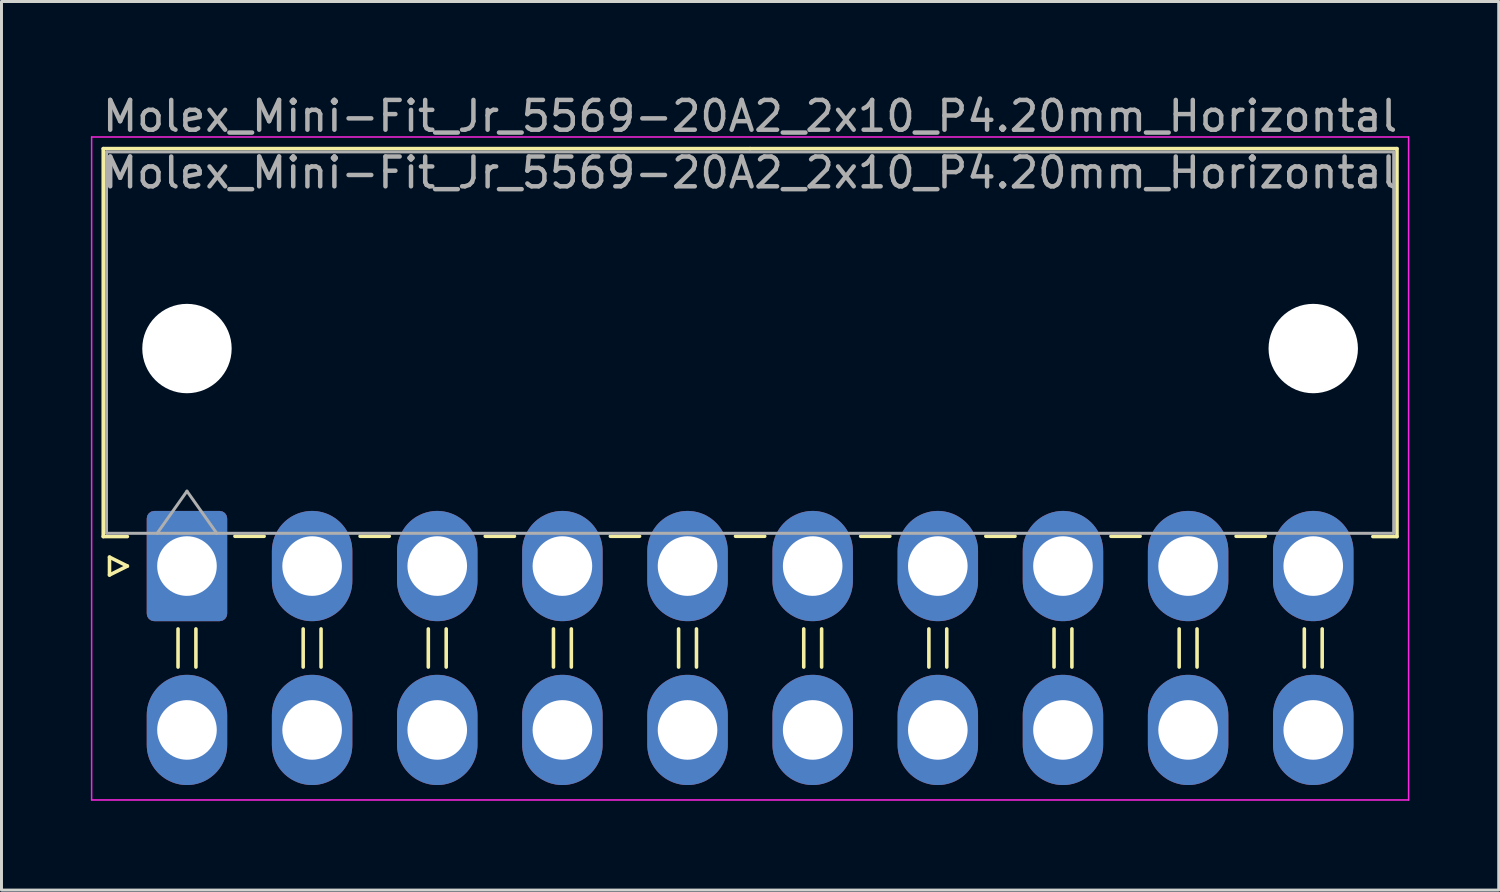
<source format=kicad_pcb>
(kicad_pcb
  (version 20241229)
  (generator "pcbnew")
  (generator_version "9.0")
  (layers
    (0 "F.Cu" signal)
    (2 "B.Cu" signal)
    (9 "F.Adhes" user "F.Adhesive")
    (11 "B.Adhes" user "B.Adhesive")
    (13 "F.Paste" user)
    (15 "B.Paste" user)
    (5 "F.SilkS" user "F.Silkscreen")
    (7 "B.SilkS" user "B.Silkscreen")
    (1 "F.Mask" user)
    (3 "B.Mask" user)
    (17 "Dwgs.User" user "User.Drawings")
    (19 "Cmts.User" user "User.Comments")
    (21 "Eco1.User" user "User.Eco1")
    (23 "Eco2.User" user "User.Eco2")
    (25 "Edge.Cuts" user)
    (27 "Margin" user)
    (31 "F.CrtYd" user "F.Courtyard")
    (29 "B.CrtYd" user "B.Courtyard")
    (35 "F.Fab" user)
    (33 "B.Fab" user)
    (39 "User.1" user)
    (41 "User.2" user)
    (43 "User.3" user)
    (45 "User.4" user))
  (footprint "Molex_Mini-Fit_Jr_5569-20A2_2x10_P4.20mm_Horizontal"
    (layer "F.Cu")
    (at 3.225 15.948)
    (property "Reference" "Molex_Mini-Fit_Jr_5569-20A2_2x10_P4.20mm_Horizontal" (at 18.9 -15.1 180) (layer "F.Fab") (effects (font (size 1 1) (thickness 0.15))))
    (attr through_hole)
    (fp_line (start -2.81 -14.01) (end 18.9 -14.01) (stroke (width 0.12) (type solid)) (layer "F.SilkS"))
    (fp_line (start -2.81 -0.99) (end -2.81 -14.01) (stroke (width 0.12) (type solid)) (layer "F.SilkS"))
    (fp_line (start -2.6 -0.3) (end -2 0) (stroke (width 0.12) (type solid)) (layer "F.SilkS"))
    (fp_line (start -2.6 0.3) (end -2.6 -0.3) (stroke (width 0.12) (type solid)) (layer "F.SilkS"))
    (fp_line (start -2 -0.99) (end -2.81 -0.99) (stroke (width 0.12) (type solid)) (layer "F.SilkS"))
    (fp_line (start -2 0) (end -2.6 0.3) (stroke (width 0.12) (type solid)) (layer "F.SilkS"))
    (fp_line (start -0.3 2.11) (end -0.3 3.39) (stroke (width 0.12) (type solid)) (layer "F.SilkS"))
    (fp_line (start 0.3 2.11) (end 0.3 3.39) (stroke (width 0.12) (type solid)) (layer "F.SilkS"))
    (fp_line (start 1.61 -1) (end 2.59 -1) (stroke (width 0.12) (type solid)) (layer "F.SilkS"))
    (fp_line (start 3.9 2.11) (end 3.9 3.39) (stroke (width 0.12) (type solid)) (layer "F.SilkS"))
    (fp_line (start 4.5 2.11) (end 4.5 3.39) (stroke (width 0.12) (type solid)) (layer "F.SilkS"))
    (fp_line (start 5.81 -1) (end 6.79 -1) (stroke (width 0.12) (type solid)) (layer "F.SilkS"))
    (fp_line (start 8.1 2.11) (end 8.1 3.39) (stroke (width 0.12) (type solid)) (layer "F.SilkS"))
    (fp_line (start 8.7 2.11) (end 8.7 3.39) (stroke (width 0.12) (type solid)) (layer "F.SilkS"))
    (fp_line (start 10.01 -1) (end 10.99 -1) (stroke (width 0.12) (type solid)) (layer "F.SilkS"))
    (fp_line (start 12.3 2.11) (end 12.3 3.39) (stroke (width 0.12) (type solid)) (layer "F.SilkS"))
    (fp_line (start 12.9 2.11) (end 12.9 3.39) (stroke (width 0.12) (type solid)) (layer "F.SilkS"))
    (fp_line (start 14.21 -1) (end 15.19 -1) (stroke (width 0.12) (type solid)) (layer "F.SilkS"))
    (fp_line (start 16.5 2.11) (end 16.5 3.39) (stroke (width 0.12) (type solid)) (layer "F.SilkS"))
    (fp_line (start 17.1 2.11) (end 17.1 3.39) (stroke (width 0.12) (type solid)) (layer "F.SilkS"))
    (fp_line (start 18.41 -1) (end 19.39 -1) (stroke (width 0.12) (type solid)) (layer "F.SilkS"))
    (fp_line (start 20.7 2.11) (end 20.7 3.39) (stroke (width 0.12) (type solid)) (layer "F.SilkS"))
    (fp_line (start 21.3 2.11) (end 21.3 3.39) (stroke (width 0.12) (type solid)) (layer "F.SilkS"))
    (fp_line (start 22.61 -1) (end 23.59 -1) (stroke (width 0.12) (type solid)) (layer "F.SilkS"))
    (fp_line (start 24.9 2.11) (end 24.9 3.39) (stroke (width 0.12) (type solid)) (layer "F.SilkS"))
    (fp_line (start 25.5 2.11) (end 25.5 3.39) (stroke (width 0.12) (type solid)) (layer "F.SilkS"))
    (fp_line (start 26.81 -1) (end 27.79 -1) (stroke (width 0.12) (type solid)) (layer "F.SilkS"))
    (fp_line (start 29.1 2.11) (end 29.1 3.39) (stroke (width 0.12) (type solid)) (layer "F.SilkS"))
    (fp_line (start 29.7 2.11) (end 29.7 3.39) (stroke (width 0.12) (type solid)) (layer "F.SilkS"))
    (fp_line (start 31.01 -1) (end 31.99 -1) (stroke (width 0.12) (type solid)) (layer "F.SilkS"))
    (fp_line (start 33.3 2.11) (end 33.3 3.39) (stroke (width 0.12) (type solid)) (layer "F.SilkS"))
    (fp_line (start 33.9 2.11) (end 33.9 3.39) (stroke (width 0.12) (type solid)) (layer "F.SilkS"))
    (fp_line (start 35.21 -1) (end 36.19 -1) (stroke (width 0.12) (type solid)) (layer "F.SilkS"))
    (fp_line (start 37.5 2.11) (end 37.5 3.39) (stroke (width 0.12) (type solid)) (layer "F.SilkS"))
    (fp_line (start 38.1 2.11) (end 38.1 3.39) (stroke (width 0.12) (type solid)) (layer "F.SilkS"))
    (fp_line (start 39.8 -0.99) (end 40.61 -0.99) (stroke (width 0.12) (type solid)) (layer "F.SilkS"))
    (fp_line (start 40.61 -14.01) (end 18.9 -14.01) (stroke (width 0.12) (type solid)) (layer "F.SilkS"))
    (fp_line (start 40.61 -0.99) (end 40.61 -14.01) (stroke (width 0.12) (type solid)) (layer "F.SilkS"))
    (fp_line (start -3.2 -14.4) (end -3.2 7.85) (stroke (width 0.05) (type solid)) (layer "F.CrtYd"))
    (fp_line (start -3.2 7.85) (end 41 7.85) (stroke (width 0.05) (type solid)) (layer "F.CrtYd"))
    (fp_line (start 41 -14.4) (end -3.2 -14.4) (stroke (width 0.05) (type solid)) (layer "F.CrtYd"))
    (fp_line (start 41 7.85) (end 41 -14.4) (stroke (width 0.05) (type solid)) (layer "F.CrtYd"))
    (fp_line (start -2.7 -13.9) (end -2.7 -1.1) (stroke (width 0.1) (type solid)) (layer "F.Fab"))
    (fp_line (start -2.7 -1.1) (end 40.5 -1.1) (stroke (width 0.1) (type solid)) (layer "F.Fab"))
    (fp_line (start -1 -1.1) (end 0 -2.514) (stroke (width 0.1) (type solid)) (layer "F.Fab"))
    (fp_line (start 0 -2.514) (end 1 -1.1) (stroke (width 0.1) (type solid)) (layer "F.Fab"))
    (fp_line (start 40.5 -13.9) (end -2.7 -13.9) (stroke (width 0.1) (type solid)) (layer "F.Fab"))
    (fp_line (start 40.5 -1.1) (end 40.5 -13.9) (stroke (width 0.1) (type solid)) (layer "F.Fab"))
    (fp_text user "${REFERENCE}" (at 18.9 -13.2 180) (layer "F.Fab") (effects (font (size 1 1) (thickness 0.15))))
    (pad "" np_thru_hole circle (at 0 -7.3) (size 3 3) (drill 3) (layers "*.Cu" "*.Mask"))
    (pad "" np_thru_hole circle (at 37.8 -7.3) (size 3 3) (drill 3) (layers "*.Cu" "*.Mask"))
    (pad "1" thru_hole roundrect (at 0 0) (size 2.7 3.7) (drill 2) (layers "*.Cu" "*.Mask") (roundrect_rratio 0.093))
    (pad "2" thru_hole oval (at 4.2 0) (size 2.7 3.7) (drill 2) (layers "*.Cu" "*.Mask"))
    (pad "3" thru_hole oval (at 8.4 0) (size 2.7 3.7) (drill 2) (layers "*.Cu" "*.Mask"))
    (pad "4" thru_hole oval (at 12.6 0) (size 2.7 3.7) (drill 2) (layers "*.Cu" "*.Mask"))
    (pad "5" thru_hole oval (at 16.8 0) (size 2.7 3.7) (drill 2) (layers "*.Cu" "*.Mask"))
    (pad "6" thru_hole oval (at 21 0) (size 2.7 3.7) (drill 2) (layers "*.Cu" "*.Mask"))
    (pad "7" thru_hole oval (at 25.2 0) (size 2.7 3.7) (drill 2) (layers "*.Cu" "*.Mask"))
    (pad "8" thru_hole oval (at 29.4 0) (size 2.7 3.7) (drill 2) (layers "*.Cu" "*.Mask"))
    (pad "9" thru_hole oval (at 33.6 0) (size 2.7 3.7) (drill 2) (layers "*.Cu" "*.Mask"))
    (pad "10" thru_hole oval (at 37.8 0) (size 2.7 3.7) (drill 2) (layers "*.Cu" "*.Mask"))
    (pad "11" thru_hole oval (at 0 5.5) (size 2.7 3.7) (drill 2) (layers "*.Cu" "*.Mask"))
    (pad "12" thru_hole oval (at 4.2 5.5) (size 2.7 3.7) (drill 2) (layers "*.Cu" "*.Mask"))
    (pad "13" thru_hole oval (at 8.4 5.5) (size 2.7 3.7) (drill 2) (layers "*.Cu" "*.Mask"))
    (pad "14" thru_hole oval (at 12.6 5.5) (size 2.7 3.7) (drill 2) (layers "*.Cu" "*.Mask"))
    (pad "15" thru_hole oval (at 16.8 5.5) (size 2.7 3.7) (drill 2) (layers "*.Cu" "*.Mask"))
    (pad "16" thru_hole oval (at 21 5.5) (size 2.7 3.7) (drill 2) (layers "*.Cu" "*.Mask"))
    (pad "17" thru_hole oval (at 25.2 5.5) (size 2.7 3.7) (drill 2) (layers "*.Cu" "*.Mask"))
    (pad "18" thru_hole oval (at 29.4 5.5) (size 2.7 3.7) (drill 2) (layers "*.Cu" "*.Mask"))
    (pad "19" thru_hole oval (at 33.6 5.5) (size 2.7 3.7) (drill 2) (layers "*.Cu" "*.Mask"))
    (pad "20" thru_hole oval (at 37.8 5.5) (size 2.7 3.7) (drill 2) (layers "*.Cu" "*.Mask")))
  (gr_rect
    (start -3 -3)
    (end 47.25 26.823)
    (stroke (width 0.1) (type default))
    (fill no)
    (layer "Edge.Cuts")))
</source>
